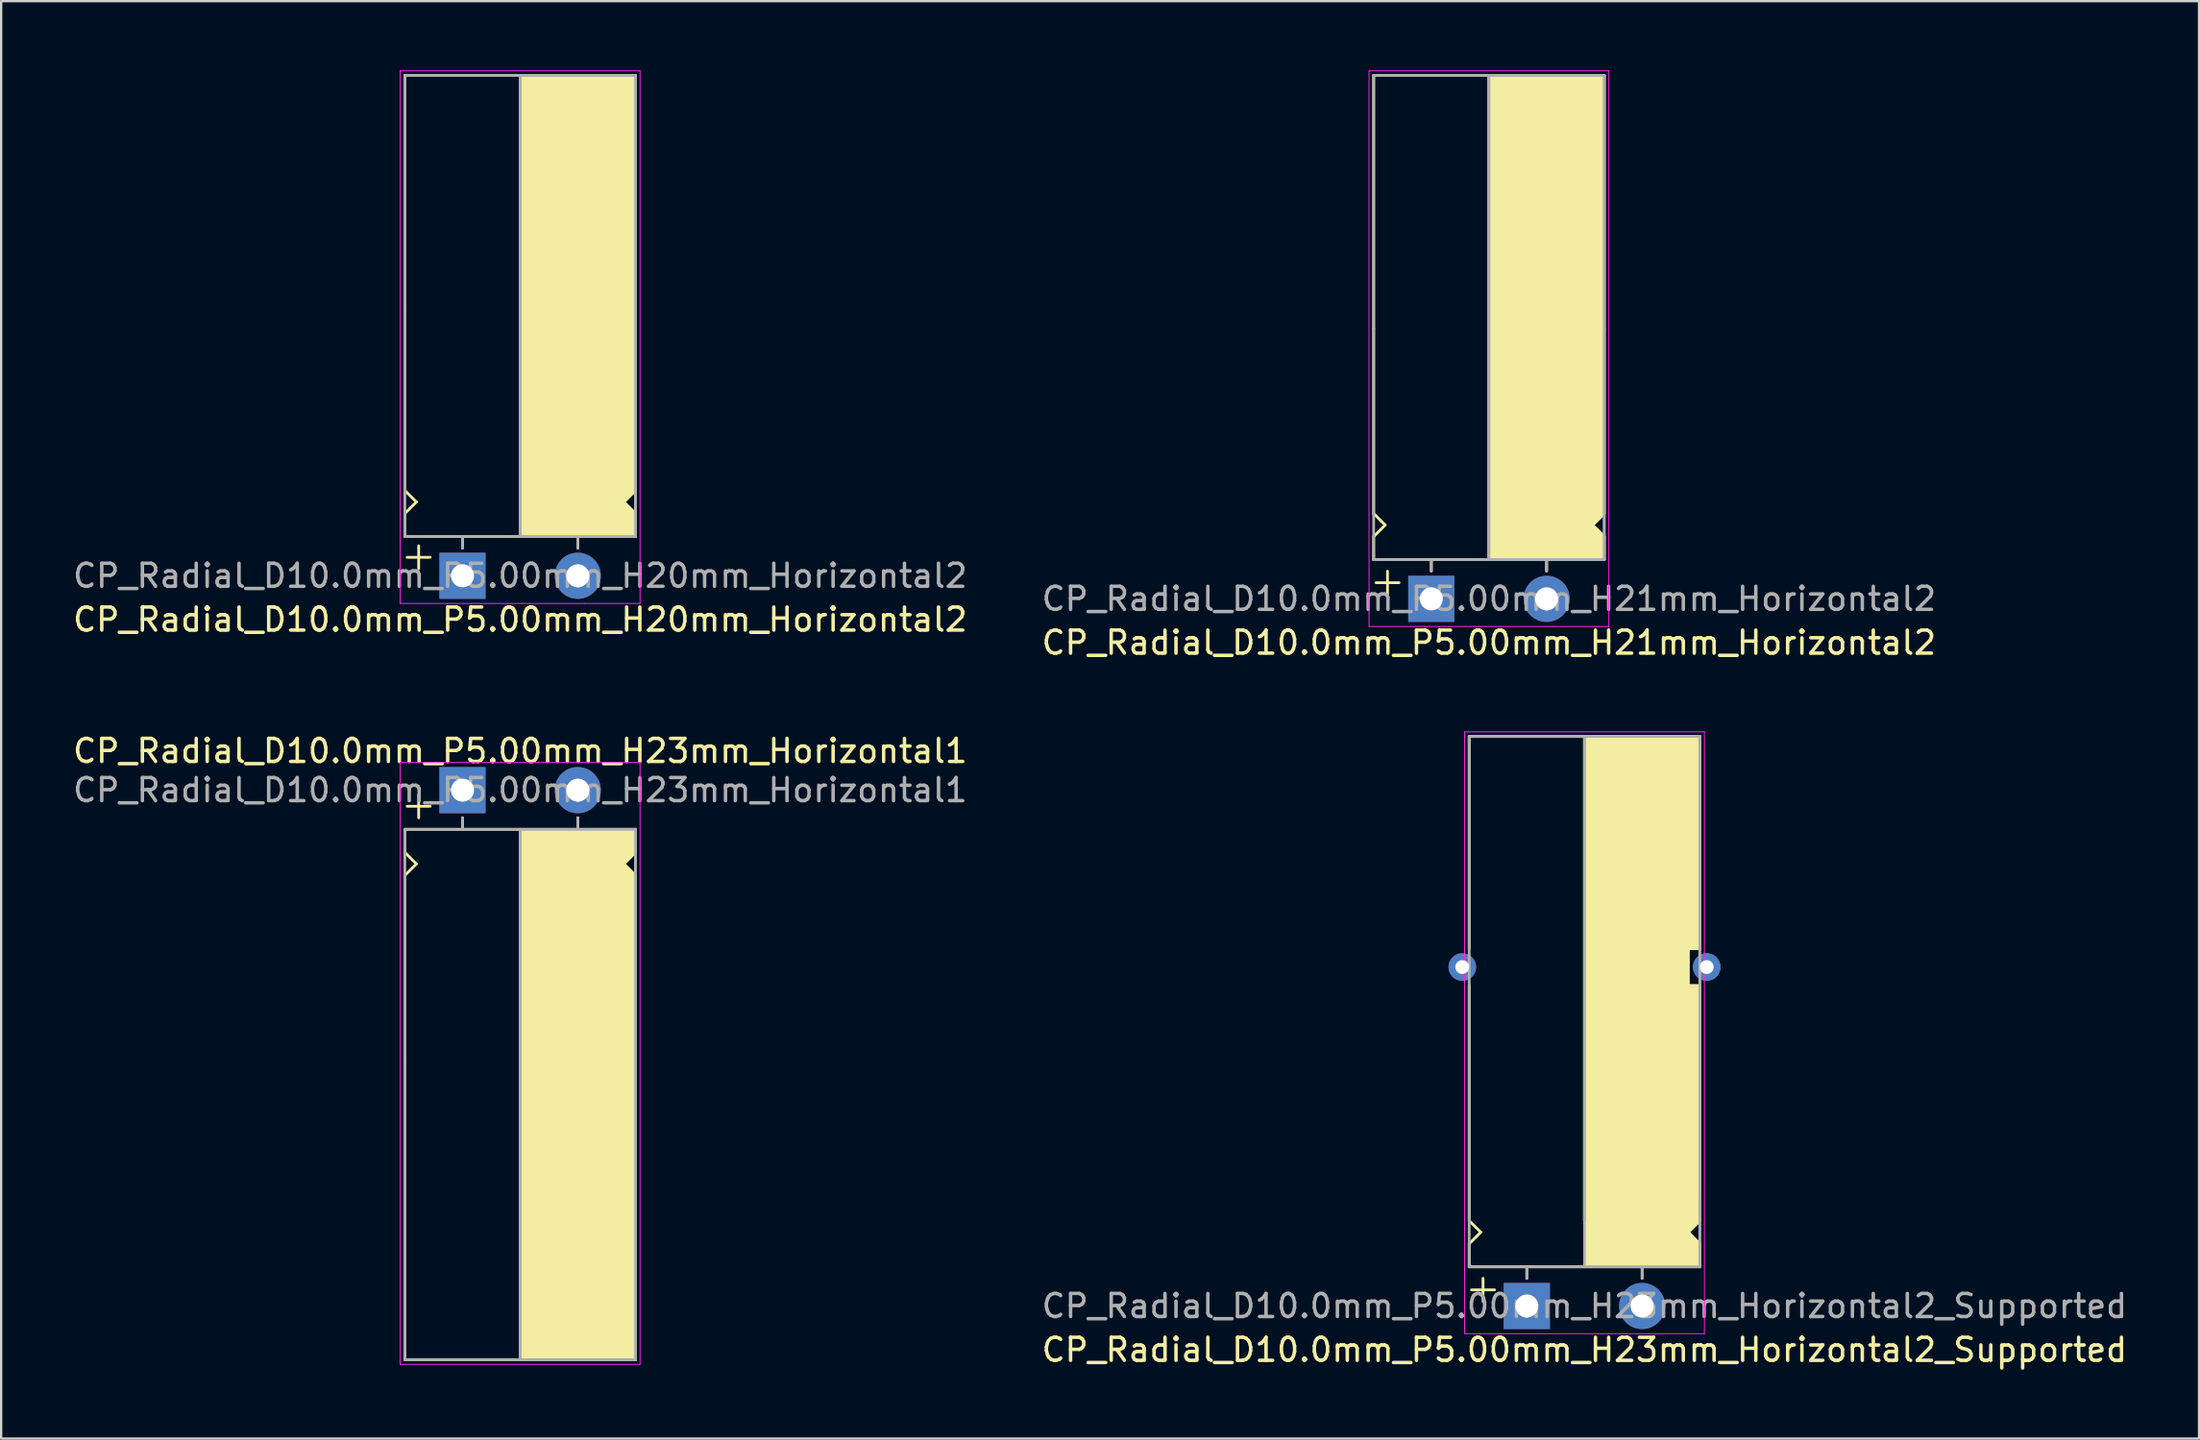
<source format=kicad_pcb>
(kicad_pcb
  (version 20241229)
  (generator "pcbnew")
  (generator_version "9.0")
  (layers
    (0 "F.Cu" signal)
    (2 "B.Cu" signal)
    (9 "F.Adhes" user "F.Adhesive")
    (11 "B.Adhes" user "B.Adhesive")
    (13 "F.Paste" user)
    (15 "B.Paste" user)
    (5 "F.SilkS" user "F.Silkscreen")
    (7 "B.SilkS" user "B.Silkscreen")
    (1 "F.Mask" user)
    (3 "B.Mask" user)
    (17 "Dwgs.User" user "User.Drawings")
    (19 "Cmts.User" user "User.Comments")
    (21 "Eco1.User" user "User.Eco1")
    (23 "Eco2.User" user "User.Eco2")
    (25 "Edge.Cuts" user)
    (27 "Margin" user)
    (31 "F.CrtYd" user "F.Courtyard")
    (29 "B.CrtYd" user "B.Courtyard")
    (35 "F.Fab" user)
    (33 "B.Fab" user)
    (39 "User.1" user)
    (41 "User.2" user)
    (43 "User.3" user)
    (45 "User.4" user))
  (footprint "CP_Radial_D10.0mm_P5.00mm_H20mm_Horizontal2"
    (layer "F.Cu")
    (at 17.006 21.92)
    (property "Reference" "CP_Radial_D10.0mm_P5.00mm_H20mm_Horizontal2" (at 2.5 1.9 0) (layer "F.SilkS") (effects (font (size 1 1) (thickness 0.15))))
    (attr through_hole)
    (fp_line (start -2.5 -21.7) (end 7.5 -21.7) (stroke (width 0.12) (type solid)) (layer "F.SilkS"))
    (fp_line (start -2.5 -11.7) (end -2.5 -21.7) (stroke (width 0.12) (type solid)) (layer "F.SilkS"))
    (fp_line (start -2.5 -3.7) (end -2.5 -11.7) (stroke (width 0.12) (type solid)) (layer "F.SilkS"))
    (fp_line (start -2.5 -2.7) (end -2 -3.2) (stroke (width 0.12) (type solid)) (layer "F.SilkS"))
    (fp_line (start -2.5 -1.7) (end -2.5 -2.7) (stroke (width 0.12) (type solid)) (layer "F.SilkS"))
    (fp_line (start -2 -3.2) (end -2.5 -3.7) (stroke (width 0.12) (type solid)) (layer "F.SilkS"))
    (fp_line (start -1.9 -1.3) (end -1.9 -0.3) (stroke (width 0.12) (type solid)) (layer "F.SilkS"))
    (fp_line (start -1.4 -0.8) (end -2.4 -0.8) (stroke (width 0.12) (type solid)) (layer "F.SilkS"))
    (fp_line (start 0 -1.7) (end 0 -1.2) (stroke (width 0.12) (type solid)) (layer "F.SilkS"))
    (fp_line (start 2.5 -21.7) (end 2.5 -1.7) (stroke (width 0.12) (type solid)) (layer "F.SilkS"))
    (fp_line (start 2.5 -1.7) (end -2.5 -1.7) (stroke (width 0.12) (type solid)) (layer "F.SilkS"))
    (fp_line (start 5 -1.7) (end 5 -1.2) (stroke (width 0.12) (type solid)) (layer "F.SilkS"))
    (fp_line (start 7 -3.2) (end 7.5 -3.7) (stroke (width 0.12) (type solid)) (layer "F.SilkS"))
    (fp_line (start 7.5 -11.7) (end 7.5 -21.7) (stroke (width 0.12) (type solid)) (layer "F.SilkS"))
    (fp_line (start 7.5 -3.7) (end 7.5 -11.7) (stroke (width 0.12) (type solid)) (layer "F.SilkS"))
    (fp_line (start 7.5 -2.7) (end 7 -3.2) (stroke (width 0.12) (type solid)) (layer "F.SilkS"))
    (fp_line (start 7.5 -1.7) (end 2.5 -1.7) (stroke (width 0.12) (type solid)) (layer "F.SilkS"))
    (fp_line (start 7.5 -1.7) (end 7.5 -2.7) (stroke (width 0.12) (type solid)) (layer "F.SilkS"))
    (fp_poly (pts (xy 7.5 -2.7) (xy 7 -3.2) (xy 7.5 -3.7) (xy 7.5 -21.7) (xy 2.5 -21.7) (xy 2.5 -1.7) (xy 7.5 -1.7)) (stroke (width 0.1) (type solid)) (fill yes) (layer "F.SilkS"))
    (fp_line (start -2.7 -21.9) (end -2.7 1.2) (stroke (width 0.04) (type solid)) (layer "F.CrtYd"))
    (fp_line (start -2.7 1.2) (end 5.3 1.2) (stroke (width 0.04) (type solid)) (layer "F.CrtYd"))
    (fp_line (start 5.3 1.2) (end 7.7 1.2) (stroke (width 0.04) (type solid)) (layer "F.CrtYd"))
    (fp_line (start 7.7 -21.9) (end -2.7 -21.9) (stroke (width 0.04) (type solid)) (layer "F.CrtYd"))
    (fp_line (start 7.7 1.2) (end 7.7 -21.9) (stroke (width 0.04) (type solid)) (layer "F.CrtYd"))
    (fp_line (start -2.5 -21.7) (end 7.5 -21.7) (stroke (width 0.12) (type solid)) (layer "F.Fab"))
    (fp_line (start -2.5 -1.7) (end -2.5 -21.7) (stroke (width 0.12) (type solid)) (layer "F.Fab"))
    (fp_line (start 0 -1.7) (end 0 -1.2) (stroke (width 0.12) (type solid)) (layer "F.Fab"))
    (fp_line (start 2.5 -1.7) (end 2.5 -21.7) (stroke (width 0.12) (type solid)) (layer "F.Fab"))
    (fp_line (start 5 -1.7) (end 5 -1.2) (stroke (width 0.12) (type solid)) (layer "F.Fab"))
    (fp_line (start 7.5 -21.7) (end 7.5 -1.7) (stroke (width 0.12) (type solid)) (layer "F.Fab"))
    (fp_line (start 7.5 -1.7) (end -2.5 -1.7) (stroke (width 0.12) (type solid)) (layer "F.Fab"))
    (fp_poly (pts (xy 7.5 -21.7) (xy 2.5 -21.7) (xy 2.5 -1.7) (xy 7.5 -1.7)) (stroke (width 0.1) (type solid)) (fill no) (layer "F.Fab"))
    (fp_text user "${REFERENCE}" (at 2.5 0 0) (layer "F.Fab") (effects (font (size 1 1) (thickness 0.15))))
    (pad "1" thru_hole rect (at 0 0) (size 2 2) (drill 1) (layers "*.Cu" "*.Mask"))
    (pad "2" thru_hole circle (at 5 0) (size 2 2) (drill 1) (layers "*.Cu" "*.Mask")))
  (footprint "CP_Radial_D10.0mm_P5.00mm_H23mm_Horizontal1"
    (layer "F.Cu")
    (at 17.006 31.216)
    (property "Reference" "CP_Radial_D10.0mm_P5.00mm_H23mm_Horizontal1" (at 2.5 -1.7 0) (layer "F.SilkS") (effects (font (size 1 1) (thickness 0.15))))
    (attr through_hole)
    (fp_line (start -2.5 1.7) (end -2.5 2.7) (stroke (width 0.12) (type solid)) (layer "F.SilkS"))
    (fp_line (start -2.5 2.7) (end -2 3.2) (stroke (width 0.12) (type solid)) (layer "F.SilkS"))
    (fp_line (start -2.5 3.7) (end -2.5 11.7) (stroke (width 0.12) (type solid)) (layer "F.SilkS"))
    (fp_line (start -2.5 11.7) (end -2.5 24.7) (stroke (width 0.12) (type solid)) (layer "F.SilkS"))
    (fp_line (start -2.5 24.7) (end 7.5 24.7) (stroke (width 0.12) (type solid)) (layer "F.SilkS"))
    (fp_line (start -2 3.2) (end -2.5 3.7) (stroke (width 0.12) (type solid)) (layer "F.SilkS"))
    (fp_line (start -1.9 0.2) (end -1.9 1.2) (stroke (width 0.12) (type solid)) (layer "F.SilkS"))
    (fp_line (start -1.4 0.7) (end -2.4 0.7) (stroke (width 0.12) (type solid)) (layer "F.SilkS"))
    (fp_line (start 0 1.7) (end 0 1.2) (stroke (width 0.12) (type solid)) (layer "F.SilkS"))
    (fp_line (start 2.5 1.7) (end -2.5 1.7) (stroke (width 0.12) (type solid)) (layer "F.SilkS"))
    (fp_line (start 2.5 24.7) (end 2.5 1.7) (stroke (width 0.12) (type solid)) (layer "F.SilkS"))
    (fp_line (start 5 1.7) (end 5 1.2) (stroke (width 0.12) (type solid)) (layer "F.SilkS"))
    (fp_line (start 7 3.2) (end 7.5 3.7) (stroke (width 0.12) (type solid)) (layer "F.SilkS"))
    (fp_line (start 7.5 1.7) (end 2.5 1.7) (stroke (width 0.12) (type solid)) (layer "F.SilkS"))
    (fp_line (start 7.5 1.7) (end 7.5 2.7) (stroke (width 0.12) (type solid)) (layer "F.SilkS"))
    (fp_line (start 7.5 2.7) (end 7 3.2) (stroke (width 0.12) (type solid)) (layer "F.SilkS"))
    (fp_line (start 7.5 3.7) (end 7.5 11.7) (stroke (width 0.12) (type solid)) (layer "F.SilkS"))
    (fp_line (start 7.5 11.7) (end 7.5 24.7) (stroke (width 0.12) (type solid)) (layer "F.SilkS"))
    (fp_poly (pts (xy 7.5 2.7) (xy 7 3.2) (xy 7.5 3.7) (xy 7.5 24.7) (xy 2.5 24.7) (xy 2.5 1.7) (xy 7.5 1.7)) (stroke (width 0.1) (type solid)) (fill yes) (layer "F.SilkS"))
    (fp_line (start -2.7 -1.2) (end 5.3 -1.2) (stroke (width 0.04) (type solid)) (layer "F.CrtYd"))
    (fp_line (start -2.7 24.9) (end -2.7 -1.2) (stroke (width 0.04) (type solid)) (layer "F.CrtYd"))
    (fp_line (start 5.3 -1.2) (end 7.7 -1.2) (stroke (width 0.04) (type solid)) (layer "F.CrtYd"))
    (fp_line (start 7.7 -1.2) (end 7.7 24.9) (stroke (width 0.04) (type solid)) (layer "F.CrtYd"))
    (fp_line (start 7.7 24.9) (end -2.7 24.9) (stroke (width 0.04) (type solid)) (layer "F.CrtYd"))
    (fp_line (start -2.5 1.7) (end -2.5 24.7) (stroke (width 0.12) (type solid)) (layer "F.Fab"))
    (fp_line (start -2.5 24.7) (end 7.5 24.7) (stroke (width 0.12) (type solid)) (layer "F.Fab"))
    (fp_line (start 0 1.7) (end 0 1.2) (stroke (width 0.12) (type solid)) (layer "F.Fab"))
    (fp_line (start 2.5 1.7) (end 2.5 24.7) (stroke (width 0.12) (type solid)) (layer "F.Fab"))
    (fp_line (start 5 1.7) (end 5 1.2) (stroke (width 0.12) (type solid)) (layer "F.Fab"))
    (fp_line (start 7.5 1.7) (end -2.5 1.7) (stroke (width 0.12) (type solid)) (layer "F.Fab"))
    (fp_line (start 7.5 24.7) (end 7.5 1.7) (stroke (width 0.12) (type solid)) (layer "F.Fab"))
    (fp_poly (pts (xy 7.5 24.7) (xy 2.5 24.7) (xy 2.5 1.7) (xy 7.5 1.7)) (stroke (width 0.1) (type solid)) (fill no) (layer "F.Fab"))
    (fp_text user "${REFERENCE}" (at 2.5 0 0) (layer "F.Fab") (effects (font (size 1 1) (thickness 0.15))))
    (pad "1" thru_hole rect (at 0 0) (size 2 2) (drill 1) (layers "*.Cu" "*.Mask"))
    (pad "2" thru_hole circle (at 5 0) (size 2 2) (drill 1) (layers "*.Cu" "*.Mask")))
  (footprint "CP_Radial_D10.0mm_P5.00mm_H23mm_Horizontal2_Supported"
    (layer "F.Cu")
    (at 63.161 53.588)
    (property "Reference" "CP_Radial_D10.0mm_P5.00mm_H23mm_Horizontal2_Supported" (at 2.5 1.9 180) (layer "F.SilkS") (effects (font (size 1 1) (thickness 0.15))))
    (attr through_hole)
    (fp_line (start -2.5 -24.7) (end 7.5 -24.7) (stroke (width 0.12) (type solid)) (layer "F.SilkS"))
    (fp_line (start -2.5 -15.5) (end -2.5 -24.7) (stroke (width 0.12) (type solid)) (layer "F.SilkS"))
    (fp_line (start -2.5 -3.8) (end -2.5 -13.9) (stroke (width 0.12) (type solid)) (layer "F.SilkS"))
    (fp_line (start -2.5 -2.7) (end -2 -3.2) (stroke (width 0.12) (type solid)) (layer "F.SilkS"))
    (fp_line (start -2.5 -1.7) (end -2.5 -2.7) (stroke (width 0.12) (type solid)) (layer "F.SilkS"))
    (fp_line (start -2 -3.2) (end -2.5 -3.7) (stroke (width 0.12) (type solid)) (layer "F.SilkS"))
    (fp_line (start -1.9 -1.2) (end -1.9 -0.2) (stroke (width 0.12) (type solid)) (layer "F.SilkS"))
    (fp_line (start -1.4 -0.7) (end -2.4 -0.7) (stroke (width 0.12) (type solid)) (layer "F.SilkS"))
    (fp_line (start 0 -1.7) (end 0 -1.2) (stroke (width 0.12) (type solid)) (layer "F.SilkS"))
    (fp_line (start 2.5 -24.7) (end 2.5 -3.7) (stroke (width 0.12) (type solid)) (layer "F.SilkS"))
    (fp_line (start 2.5 -1.7) (end -2.5 -1.7) (stroke (width 0.12) (type solid)) (layer "F.SilkS"))
    (fp_line (start 5 -1.7) (end 5 -1.2) (stroke (width 0.12) (type solid)) (layer "F.SilkS"))
    (fp_line (start 7 -15.5) (end 7 -14.9) (stroke (width 0.12) (type solid)) (layer "F.SilkS"))
    (fp_line (start 7 -14.9) (end 7 -13.9) (stroke (width 0.12) (type solid)) (layer "F.SilkS"))
    (fp_line (start 7 -13.9) (end 7.5 -13.9) (stroke (width 0.12) (type solid)) (layer "F.SilkS"))
    (fp_line (start 7 -3.2) (end 7.5 -3.7) (stroke (width 0.12) (type solid)) (layer "F.SilkS"))
    (fp_line (start 7.5 -15.5) (end 7 -15.5) (stroke (width 0.12) (type solid)) (layer "F.SilkS"))
    (fp_line (start 7.5 -15.5) (end 7.5 -24.7) (stroke (width 0.12) (type solid)) (layer "F.SilkS"))
    (fp_line (start 7.5 -4.7) (end 7.5 -13.9) (stroke (width 0.12) (type solid)) (layer "F.SilkS"))
    (fp_line (start 7.5 -2.7) (end 7 -3.2) (stroke (width 0.12) (type solid)) (layer "F.SilkS"))
    (fp_line (start 7.5 -1.7) (end 2.5 -1.7) (stroke (width 0.12) (type solid)) (layer "F.SilkS"))
    (fp_line (start 7.5 -1.7) (end 7.5 -2.7) (stroke (width 0.12) (type solid)) (layer "F.SilkS"))
    (fp_poly (pts (xy 7.5 -2.7) (xy 7 -3.2) (xy 7.5 -3.7) (xy 7.5 -13.8) (xy 7 -13.8) (xy 7 -15.5) (xy 7.5 -15.5) (xy 7.5 -24.7) (xy 2.5 -24.7) (xy 2.5 -1.7) (xy 7.5 -1.7)) (stroke (width 0.1) (type solid)) (fill yes) (layer "F.SilkS"))
    (fp_line (start -2.7 -24.9) (end -2.7 1.2) (stroke (width 0.04) (type solid)) (layer "F.CrtYd"))
    (fp_line (start -2.7 1.2) (end -0.3 1.2) (stroke (width 0.04) (type solid)) (layer "F.CrtYd"))
    (fp_line (start 7.7 -24.9) (end -2.7 -24.9) (stroke (width 0.04) (type solid)) (layer "F.CrtYd"))
    (fp_line (start 7.7 1.2) (end -0.3 1.2) (stroke (width 0.04) (type solid)) (layer "F.CrtYd"))
    (fp_line (start 7.7 1.2) (end 7.7 -24.9) (stroke (width 0.04) (type solid)) (layer "F.CrtYd"))
    (fp_line (start -2.5 -24.7) (end 7.5 -24.7) (stroke (width 0.12) (type solid)) (layer "F.Fab"))
    (fp_line (start -2.5 -1.7) (end -2.5 -24.7) (stroke (width 0.12) (type solid)) (layer "F.Fab"))
    (fp_line (start 0 -1.7) (end 0 -1.2) (stroke (width 0.12) (type solid)) (layer "F.Fab"))
    (fp_line (start 2.5 -3.7) (end 2.5 -24.7) (stroke (width 0.12) (type solid)) (layer "F.Fab"))
    (fp_line (start 5 -1.7) (end 5 -1.2) (stroke (width 0.12) (type solid)) (layer "F.Fab"))
    (fp_line (start 7.5 -24.7) (end 7.5 -1.7) (stroke (width 0.12) (type solid)) (layer "F.Fab"))
    (fp_line (start 7.5 -1.7) (end -2.5 -1.7) (stroke (width 0.12) (type solid)) (layer "F.Fab"))
    (fp_poly (pts (xy 7.5 -24.7) (xy 2.5 -24.7) (xy 2.5 -1.7) (xy 7.5 -1.7)) (stroke (width 0.1) (type solid)) (fill no) (layer "F.Fab"))
    (fp_text user "${REFERENCE}" (at 2.5 0 0) (layer "F.Fab") (effects (font (size 1 1) (thickness 0.15))))
    (pad "" thru_hole circle (at -2.8 -14.7 180) (size 1.2 1.2) (drill 0.6) (layers "*.Cu" "*.Mask"))
    (pad "" thru_hole circle (at 7.8 -14.7 180) (size 1.2 1.2) (drill 0.6) (layers "*.Cu" "*.Mask"))
    (pad "1" thru_hole rect (at 0 0) (size 2 2) (drill 1) (layers "*.Cu" "*.Mask"))
    (pad "2" thru_hole circle (at 5 0) (size 2 2) (drill 1) (layers "*.Cu" "*.Mask")))
  (footprint "CP_Radial_D10.0mm_P5.00mm_H21mm_Horizontal2"
    (layer "F.Cu")
    (at 59.018 22.92)
    (property "Reference" "CP_Radial_D10.0mm_P5.00mm_H21mm_Horizontal2" (at 2.5 1.9 0) (layer "F.SilkS") (effects (font (size 1 1) (thickness 0.15))))
    (attr through_hole)
    (fp_line (start -2.5 -22.7) (end 7.5 -22.7) (stroke (width 0.12) (type solid)) (layer "F.SilkS"))
    (fp_line (start -2.5 -11.7) (end -2.5 -22.7) (stroke (width 0.12) (type solid)) (layer "F.SilkS"))
    (fp_line (start -2.5 -3.7) (end -2.5 -11.7) (stroke (width 0.12) (type solid)) (layer "F.SilkS"))
    (fp_line (start -2.5 -2.7) (end -2 -3.2) (stroke (width 0.12) (type solid)) (layer "F.SilkS"))
    (fp_line (start -2.5 -1.7) (end -2.5 -2.7) (stroke (width 0.12) (type solid)) (layer "F.SilkS"))
    (fp_line (start -2 -3.2) (end -2.5 -3.7) (stroke (width 0.12) (type solid)) (layer "F.SilkS"))
    (fp_line (start -1.9 -1.2) (end -1.9 -0.2) (stroke (width 0.12) (type solid)) (layer "F.SilkS"))
    (fp_line (start -1.4 -0.7) (end -2.4 -0.7) (stroke (width 0.12) (type solid)) (layer "F.SilkS"))
    (fp_line (start 0 -1.7) (end 0 -1.2) (stroke (width 0.12) (type solid)) (layer "F.SilkS"))
    (fp_line (start 2.5 -22.7) (end 2.5 -1.7) (stroke (width 0.12) (type solid)) (layer "F.SilkS"))
    (fp_line (start 2.5 -1.7) (end -2.5 -1.7) (stroke (width 0.12) (type solid)) (layer "F.SilkS"))
    (fp_line (start 5 -1.7) (end 5 -1.2) (stroke (width 0.12) (type solid)) (layer "F.SilkS"))
    (fp_line (start 7 -3.2) (end 7.5 -3.7) (stroke (width 0.12) (type solid)) (layer "F.SilkS"))
    (fp_line (start 7.5 -11.7) (end 7.5 -22.7) (stroke (width 0.12) (type solid)) (layer "F.SilkS"))
    (fp_line (start 7.5 -3.7) (end 7.5 -11.7) (stroke (width 0.12) (type solid)) (layer "F.SilkS"))
    (fp_line (start 7.5 -2.7) (end 7 -3.2) (stroke (width 0.12) (type solid)) (layer "F.SilkS"))
    (fp_line (start 7.5 -1.7) (end 2.5 -1.7) (stroke (width 0.12) (type solid)) (layer "F.SilkS"))
    (fp_line (start 7.5 -1.7) (end 7.5 -2.7) (stroke (width 0.12) (type solid)) (layer "F.SilkS"))
    (fp_poly (pts (xy 7.5 -2.7) (xy 7 -3.2) (xy 7.5 -3.7) (xy 7.5 -22.7) (xy 2.5 -22.7) (xy 2.5 -1.7) (xy 7.5 -1.7)) (stroke (width 0.1) (type solid)) (fill yes) (layer "F.SilkS"))
    (fp_line (start -2.7 -22.9) (end -2.7 1.2) (stroke (width 0.04) (type solid)) (layer "F.CrtYd"))
    (fp_line (start -2.7 1.2) (end 5.3 1.2) (stroke (width 0.04) (type solid)) (layer "F.CrtYd"))
    (fp_line (start 5.3 1.2) (end 7.7 1.2) (stroke (width 0.04) (type solid)) (layer "F.CrtYd"))
    (fp_line (start 7.7 -22.9) (end -2.7 -22.9) (stroke (width 0.04) (type solid)) (layer "F.CrtYd"))
    (fp_line (start 7.7 1.2) (end 7.7 -22.9) (stroke (width 0.04) (type solid)) (layer "F.CrtYd"))
    (fp_line (start -2.5 -22.7) (end 7.5 -22.7) (stroke (width 0.12) (type solid)) (layer "F.Fab"))
    (fp_line (start -2.5 -1.7) (end -2.5 -22.7) (stroke (width 0.12) (type solid)) (layer "F.Fab"))
    (fp_line (start 0 -1.7) (end 0 -1.2) (stroke (width 0.12) (type solid)) (layer "F.Fab"))
    (fp_line (start 2.5 -1.7) (end 2.5 -22.7) (stroke (width 0.12) (type solid)) (layer "F.Fab"))
    (fp_line (start 5 -1.7) (end 5 -1.2) (stroke (width 0.12) (type solid)) (layer "F.Fab"))
    (fp_line (start 7.5 -22.7) (end 7.5 -1.7) (stroke (width 0.12) (type solid)) (layer "F.Fab"))
    (fp_line (start 7.5 -1.7) (end -2.5 -1.7) (stroke (width 0.12) (type solid)) (layer "F.Fab"))
    (fp_poly (pts (xy 7.5 -22.7) (xy 2.5 -22.7) (xy 2.5 -1.7) (xy 7.5 -1.7)) (stroke (width 0.1) (type solid)) (fill no) (layer "F.Fab"))
    (fp_text user "${REFERENCE}" (at 2.5 0 0) (layer "F.Fab") (effects (font (size 1 1) (thickness 0.15))))
    (pad "1" thru_hole rect (at 0 0) (size 2 2) (drill 1) (layers "*.Cu" "*.Mask"))
    (pad "2" thru_hole circle (at 5 0) (size 2 2) (drill 1) (layers "*.Cu" "*.Mask")))
  (gr_rect
    (start -3 -3)
    (end 92.31 59.337)
    (stroke (width 0.1) (type default))
    (fill no)
    (layer "Edge.Cuts")))
</source>
